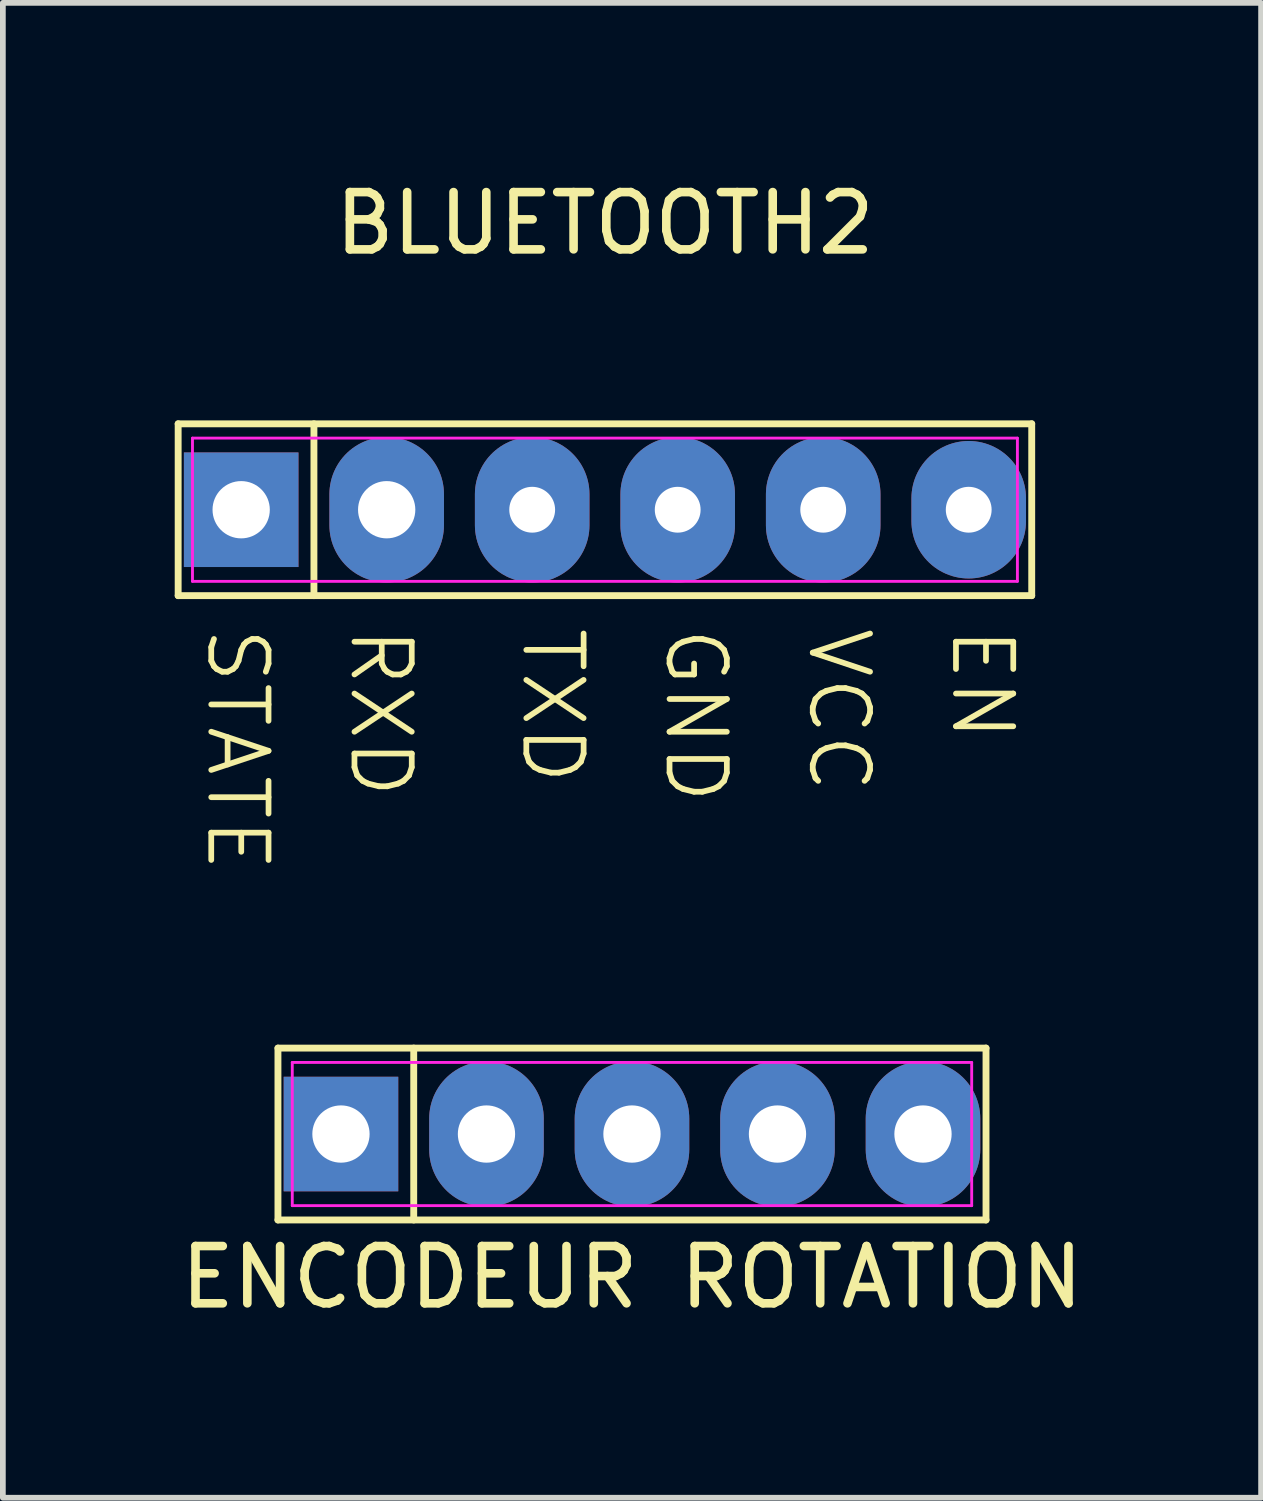
<source format=kicad_pcb>
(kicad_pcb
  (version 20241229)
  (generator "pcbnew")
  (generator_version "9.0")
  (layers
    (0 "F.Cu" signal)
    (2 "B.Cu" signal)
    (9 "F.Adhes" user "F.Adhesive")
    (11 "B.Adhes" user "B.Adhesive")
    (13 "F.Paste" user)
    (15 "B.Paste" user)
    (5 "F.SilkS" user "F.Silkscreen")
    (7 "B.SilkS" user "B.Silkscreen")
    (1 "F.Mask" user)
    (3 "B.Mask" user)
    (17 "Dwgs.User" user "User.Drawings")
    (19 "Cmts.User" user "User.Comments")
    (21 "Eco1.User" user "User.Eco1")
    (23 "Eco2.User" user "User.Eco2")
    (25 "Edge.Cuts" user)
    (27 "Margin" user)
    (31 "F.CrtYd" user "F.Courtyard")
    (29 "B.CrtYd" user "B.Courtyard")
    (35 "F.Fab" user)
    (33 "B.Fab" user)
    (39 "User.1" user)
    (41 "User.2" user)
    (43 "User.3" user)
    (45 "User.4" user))
  (footprint "ENCODEUR ROTATION"
    (layer "F.Cu")
    (at 7.982 16.746)
    (property "Reference" "ENCODEUR ROTATION" (at 0 2.5 0) (layer "F.SilkS") (effects (font (size 1 1) (thickness 0.15))))
    (attr through_hole)
    (fp_line (start -6.18 -1.5) (end 6.18 -1.5) (stroke (width 0.12) (type default)) (layer "F.SilkS"))
    (fp_line (start -6.18 1.5) (end -6.18 -1.5) (stroke (width 0.12) (type default)) (layer "F.SilkS"))
    (fp_line (start -3.81 -1.5) (end -3.81 1.5) (stroke (width 0.12) (type default)) (layer "F.SilkS"))
    (fp_line (start 6.18 -1.5) (end 6.18 1.5) (stroke (width 0.12) (type default)) (layer "F.SilkS"))
    (fp_line (start 6.18 1.5) (end -6.18 1.5) (stroke (width 0.12) (type default)) (layer "F.SilkS"))
    (fp_line (start -5.93 -1.25) (end 5.93 -1.25) (stroke (width 0.05) (type default)) (layer "F.CrtYd"))
    (fp_line (start -5.93 1.25) (end -5.93 -1.25) (stroke (width 0.05) (type default)) (layer "F.CrtYd"))
    (fp_line (start 5.93 -1.25) (end 5.93 1.25) (stroke (width 0.05) (type default)) (layer "F.CrtYd"))
    (fp_line (start 5.93 1.25) (end -5.93 1.25) (stroke (width 0.05) (type default)) (layer "F.CrtYd"))
    (pad "1" thru_hole rect (at -5.08 0) (size 2 2) (drill 1) (layers "*.Cu" "*.Mask"))
    (pad "2" thru_hole oval (at -2.54 0) (size 2 2.54) (drill 1) (layers "*.Cu" "*.Mask"))
    (pad "3" thru_hole oval (at 0 0) (size 2 2.54) (drill 1) (layers "*.Cu" "*.Mask"))
    (pad "4" thru_hole oval (at 2.54 0) (size 2 2.54) (drill 1) (layers "*.Cu" "*.Mask"))
    (pad "5" thru_hole oval (at 5.08 0) (size 2 2.54) (drill 1) (layers "*.Cu" "*.Mask")))
  (footprint "BLUETOOTH2"
    (layer "F.Cu")
    (at 7.51 5.848)
    (property "Reference" "BLUETOOTH2" (at 0 -5 0) (layer "F.SilkS") (effects (font (size 1 1) (thickness 0.15))))
    (attr through_hole)
    (fp_line (start -7.45 -1.5) (end 7.45 -1.5) (stroke (width 0.12) (type default)) (layer "F.SilkS"))
    (fp_line (start -7.45 1.5) (end -7.45 -1.5) (stroke (width 0.12) (type default)) (layer "F.SilkS"))
    (fp_line (start -5.08 -1.5) (end -5.08 1.5) (stroke (width 0.12) (type default)) (layer "F.SilkS"))
    (fp_line (start 7.45 -1.5) (end 7.45 1.5) (stroke (width 0.12) (type default)) (layer "F.SilkS"))
    (fp_line (start 7.45 1.5) (end -7.45 1.5) (stroke (width 0.12) (type default)) (layer "F.SilkS"))
    (fp_line (start -7.2 -1.25) (end 7.2 -1.25) (stroke (width 0.05) (type default)) (layer "F.CrtYd"))
    (fp_line (start -7.2 1.25) (end -7.2 -1.25) (stroke (width 0.05) (type default)) (layer "F.CrtYd"))
    (fp_line (start 7.2 -1.25) (end 7.2 1.25) (stroke (width 0.05) (type default)) (layer "F.CrtYd"))
    (fp_line (start 7.2 1.25) (end -7.2 1.25) (stroke (width 0.05) (type default)) (layer "F.CrtYd"))
    (fp_text user "VCC" (at 3.5 2 270) (unlocked yes) (layer "F.SilkS") (effects (font (size 1 1) (thickness 0.1)) (justify left bottom)))
    (fp_text user "EN" (at 6 2 270) (unlocked yes) (layer "F.SilkS") (effects (font (size 1 1) (thickness 0.1)) (justify left bottom)))
    (fp_text user "RXD" (at -4.5 2 270) (unlocked yes) (layer "F.SilkS") (effects (font (size 1 1) (thickness 0.1)) (justify left bottom)))
    (fp_text user "TXD" (at -1.5 2 270) (unlocked yes) (layer "F.SilkS") (effects (font (size 1 1) (thickness 0.1)) (justify left bottom)))
    (fp_text user "STATE" (at -7 2 270) (unlocked yes) (layer "F.SilkS") (effects (font (size 1 1) (thickness 0.1)) (justify left bottom)))
    (fp_text user "GND" (at 1 2 270) (unlocked yes) (layer "F.SilkS") (effects (font (size 1 1) (thickness 0.1)) (justify left bottom)))
    (pad "1" thru_hole rect (at -6.35 0) (size 2 2) (drill 1) (layers "*.Cu" "*.Mask"))
    (pad "2" thru_hole oval (at -3.81 0) (size 2 2.54) (drill 1) (layers "*.Cu" "*.Mask"))
    (pad "3" thru_hole oval (at -1.27 0) (size 2 2.54) (drill 0.8) (layers "*.Cu" "*.Mask"))
    (pad "4" thru_hole oval (at 1.27 0) (size 2 2.54) (drill 0.8) (layers "*.Cu" "*.Mask"))
    (pad "5" thru_hole oval (at 3.81 0) (size 2 2.54) (drill 0.8) (layers "*.Cu" "*.Mask"))
    (pad "6" thru_hole oval (at 6.35 0) (size 2 2.4) (drill 0.8) (layers "*.Cu" "*.Mask")))
  (gr_rect
    (start -3 -3)
    (end 18.964 23.095)
    (stroke (width 0.1) (type default))
    (fill no)
    (layer "Edge.Cuts")))
</source>
